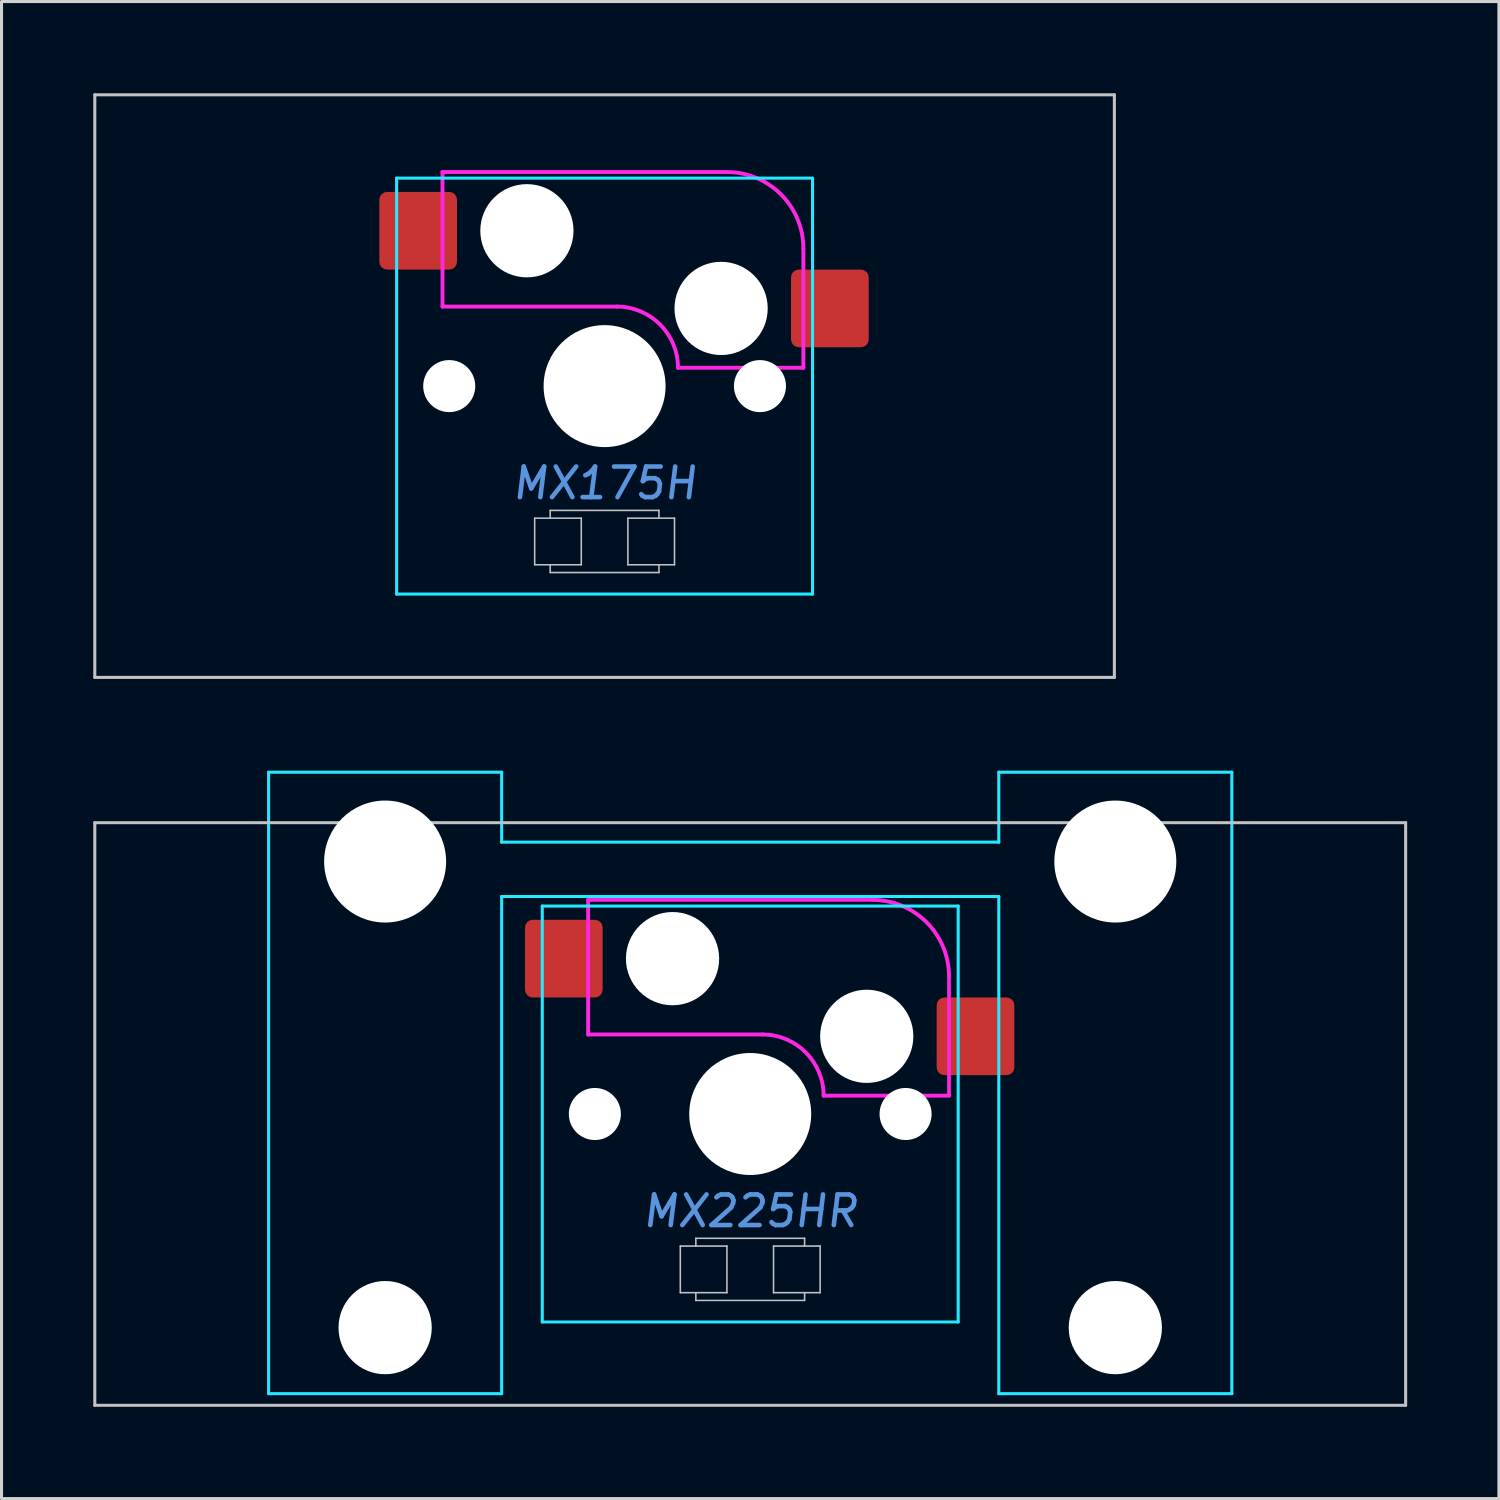
<source format=kicad_pcb>
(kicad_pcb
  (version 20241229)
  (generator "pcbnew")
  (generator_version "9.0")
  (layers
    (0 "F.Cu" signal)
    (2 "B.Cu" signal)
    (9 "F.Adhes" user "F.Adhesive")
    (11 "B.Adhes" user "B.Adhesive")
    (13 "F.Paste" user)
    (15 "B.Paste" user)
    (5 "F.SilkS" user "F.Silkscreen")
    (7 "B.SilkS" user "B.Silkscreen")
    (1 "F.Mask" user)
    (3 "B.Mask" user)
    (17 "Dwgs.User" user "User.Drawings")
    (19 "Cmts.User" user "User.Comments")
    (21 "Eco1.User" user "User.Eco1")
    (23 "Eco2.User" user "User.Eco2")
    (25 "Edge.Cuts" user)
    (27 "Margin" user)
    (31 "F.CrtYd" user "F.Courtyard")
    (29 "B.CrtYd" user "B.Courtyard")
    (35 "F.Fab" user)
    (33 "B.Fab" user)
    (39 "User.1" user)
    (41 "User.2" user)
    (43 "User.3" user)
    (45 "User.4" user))
  (footprint "MX225HR"
    (layer "F.Cu")
    (at 21.481 33.376)
    (property "Reference" "MX225HR" (at 0 3.175 0) (layer "Cmts.User") (effects (font (size 1 1) (thickness 0.15) (italic yes))))
    (attr smd)
    (fp_line (start -21.431 -9.525) (end -21.431 9.525) (stroke (width 0.1) (type solid)) (layer "Dwgs.User"))
    (fp_line (start -21.431 -9.525) (end 21.431 -9.525) (stroke (width 0.1) (type solid)) (layer "Dwgs.User"))
    (fp_line (start -21.431 9.525) (end 21.431 9.525) (stroke (width 0.1) (type solid)) (layer "Dwgs.User"))
    (fp_line (start -2.286 4.318) (end -0.762 4.318) (stroke (width 0.051) (type solid)) (layer "Dwgs.User"))
    (fp_line (start -2.286 5.842) (end -2.286 4.318) (stroke (width 0.051) (type solid)) (layer "Dwgs.User"))
    (fp_line (start -1.778 4.064) (end 1.778 4.064) (stroke (width 0.051) (type solid)) (layer "Dwgs.User"))
    (fp_line (start -1.778 4.318) (end -1.778 4.064) (stroke (width 0.051) (type solid)) (layer "Dwgs.User"))
    (fp_line (start -1.778 6.096) (end -1.778 5.842) (stroke (width 0.051) (type solid)) (layer "Dwgs.User"))
    (fp_line (start -0.762 4.318) (end -0.762 5.842) (stroke (width 0.051) (type solid)) (layer "Dwgs.User"))
    (fp_line (start -0.762 5.842) (end -2.286 5.842) (stroke (width 0.051) (type solid)) (layer "Dwgs.User"))
    (fp_line (start 0.762 4.318) (end 2.286 4.318) (stroke (width 0.051) (type solid)) (layer "Dwgs.User"))
    (fp_line (start 0.762 5.842) (end 0.762 4.318) (stroke (width 0.051) (type solid)) (layer "Dwgs.User"))
    (fp_line (start 1.778 4.064) (end 1.778 4.318) (stroke (width 0.051) (type solid)) (layer "Dwgs.User"))
    (fp_line (start 1.778 5.842) (end 1.778 6.096) (stroke (width 0.051) (type solid)) (layer "Dwgs.User"))
    (fp_line (start 1.778 6.096) (end -1.778 6.096) (stroke (width 0.051) (type solid)) (layer "Dwgs.User"))
    (fp_line (start 2.286 4.318) (end 2.286 5.842) (stroke (width 0.051) (type solid)) (layer "Dwgs.User"))
    (fp_line (start 2.286 5.842) (end 0.762 5.842) (stroke (width 0.051) (type solid)) (layer "Dwgs.User"))
    (fp_line (start 21.431 -9.525) (end 21.431 9.525) (stroke (width 0.1) (type solid)) (layer "Dwgs.User"))
    (fp_line (start -15.438 -8.515) (end -15.438 5.485) (stroke (width 0.1) (type solid)) (layer "Eco1.User"))
    (fp_line (start -14.938 -9.015) (end -8.938 -9.015) (stroke (width 0.1) (type solid)) (layer "Eco1.User"))
    (fp_line (start -8.938 5.985) (end -14.938 5.985) (stroke (width 0.1) (type solid)) (layer "Eco1.User"))
    (fp_line (start -8.438 5.485) (end -8.438 -8.515) (stroke (width 0.1) (type solid)) (layer "Eco1.User"))
    (fp_line (start -7 -6.5) (end -7 6.5) (stroke (width 0.1) (type solid)) (layer "Eco1.User"))
    (fp_line (start -6.5 7) (end 6.5 7) (stroke (width 0.1) (type solid)) (layer "Eco1.User"))
    (fp_line (start 6.5 -7) (end -6.5 -7) (stroke (width 0.1) (type solid)) (layer "Eco1.User"))
    (fp_line (start 7 6.5) (end 7 -6.5) (stroke (width 0.1) (type solid)) (layer "Eco1.User"))
    (fp_line (start 8.438 -8.515) (end 8.438 5.485) (stroke (width 0.1) (type solid)) (layer "Eco1.User"))
    (fp_line (start 8.938 -9.015) (end 14.938 -9.015) (stroke (width 0.1) (type solid)) (layer "Eco1.User"))
    (fp_line (start 14.938 5.985) (end 8.938 5.985) (stroke (width 0.1) (type solid)) (layer "Eco1.User"))
    (fp_line (start 15.438 5.485) (end 15.438 -8.515) (stroke (width 0.1) (type solid)) (layer "Eco1.User"))
    (fp_arc (start -15.438 -8.515) (mid -15.291553 -8.868553) (end -14.938 -9.015) (stroke (width 0.1) (type solid)) (layer "Eco1.User"))
    (fp_arc (start -14.938 5.985) (mid -15.291553 5.838553) (end -15.438 5.485) (stroke (width 0.1) (type solid)) (layer "Eco1.User"))
    (fp_arc (start -8.938 -9.015) (mid -8.584447 -8.868553) (end -8.438 -8.515) (stroke (width 0.1) (type solid)) (layer "Eco1.User"))
    (fp_arc (start -8.438 5.485) (mid -8.584447 5.838553) (end -8.938 5.985) (stroke (width 0.1) (type solid)) (layer "Eco1.User"))
    (fp_arc (start -7 -6.5) (mid -6.853553 -6.853553) (end -6.5 -7) (stroke (width 0.1) (type solid)) (layer "Eco1.User"))
    (fp_arc (start -6.5 7) (mid -6.853553 6.853553) (end -7 6.5) (stroke (width 0.1) (type solid)) (layer "Eco1.User"))
    (fp_arc (start 6.5 -7) (mid 6.853553 -6.853553) (end 7 -6.5) (stroke (width 0.1) (type solid)) (layer "Eco1.User"))
    (fp_arc (start 7 6.5) (mid 6.853553 6.853553) (end 6.5 7) (stroke (width 0.1) (type solid)) (layer "Eco1.User"))
    (fp_arc (start 8.438 -8.515) (mid 8.584447 -8.868553) (end 8.938 -9.015) (stroke (width 0.1) (type solid)) (layer "Eco1.User"))
    (fp_arc (start 8.938 5.985) (mid 8.584447 5.838553) (end 8.438 5.485) (stroke (width 0.1) (type solid)) (layer "Eco1.User"))
    (fp_arc (start 14.938 -9.015) (mid 15.291553 -8.868553) (end 15.438 -8.515) (stroke (width 0.1) (type solid)) (layer "Eco1.User"))
    (fp_arc (start 15.438 5.485) (mid 15.291553 5.838553) (end 14.938 5.985) (stroke (width 0.1) (type solid)) (layer "Eco1.User"))
    (fp_line (start -15.748 -11.176) (end -15.748 9.144) (stroke (width 0.1) (type solid)) (layer "B.CrtYd"))
    (fp_line (start -15.748 -11.176) (end -8.128 -11.176) (stroke (width 0.1) (type solid)) (layer "B.CrtYd"))
    (fp_line (start -8.128 -8.89) (end -8.128 -11.176) (stroke (width 0.1) (type solid)) (layer "B.CrtYd"))
    (fp_line (start -8.128 -7.112) (end -8.128 9.142) (stroke (width 0.1) (type solid)) (layer "B.CrtYd"))
    (fp_line (start -8.128 9.144) (end -15.748 9.144) (stroke (width 0.1) (type solid)) (layer "B.CrtYd"))
    (fp_line (start -6.8 -6.8) (end -6.8 6.8) (stroke (width 0.1) (type solid)) (layer "B.CrtYd"))
    (fp_line (start 6.8 -6.8) (end -6.8 -6.8) (stroke (width 0.1) (type solid)) (layer "B.CrtYd"))
    (fp_line (start 6.8 -6.8) (end 6.8 6.8) (stroke (width 0.1) (type solid)) (layer "B.CrtYd"))
    (fp_line (start 6.8 6.8) (end -6.8 6.8) (stroke (width 0.1) (type solid)) (layer "B.CrtYd"))
    (fp_line (start 8.128 -8.89) (end -8.128 -8.89) (stroke (width 0.1) (type solid)) (layer "B.CrtYd"))
    (fp_line (start 8.128 -8.89) (end 8.128 -11.176) (stroke (width 0.1) (type solid)) (layer "B.CrtYd"))
    (fp_line (start 8.128 -7.112) (end -8.128 -7.112) (stroke (width 0.1) (type solid)) (layer "B.CrtYd"))
    (fp_line (start 8.128 -7.112) (end 8.128 9.144) (stroke (width 0.1) (type solid)) (layer "B.CrtYd"))
    (fp_line (start 8.128 9.144) (end 15.748 9.144) (stroke (width 0.1) (type solid)) (layer "B.CrtYd"))
    (fp_line (start 15.748 -11.176) (end 8.128 -11.176) (stroke (width 0.1) (type solid)) (layer "B.CrtYd"))
    (fp_line (start 15.748 9.144) (end 15.748 -11.176) (stroke (width 0.1) (type solid)) (layer "B.CrtYd"))
    (fp_line (start -5.3 -7) (end -5.3 -2.6) (stroke (width 0.127) (type solid)) (layer "F.CrtYd"))
    (fp_line (start -5.2 -7) (end -5.3 -7) (stroke (width 0.12) (type solid)) (layer "F.CrtYd"))
    (fp_line (start 0.4 -2.6) (end -5.3 -2.6) (stroke (width 0.127) (type solid)) (layer "F.CrtYd"))
    (fp_line (start 4 -7) (end -5.2 -7) (stroke (width 0.12) (type solid)) (layer "F.CrtYd"))
    (fp_line (start 6.5 -4.5) (end 6.5 -0.6) (stroke (width 0.12) (type solid)) (layer "F.CrtYd"))
    (fp_line (start 6.5 -0.6) (end 2.4 -0.6) (stroke (width 0.127) (type solid)) (layer "F.CrtYd"))
    (fp_arc (start 0.4 -2.6) (mid 1.814214 -2.014214) (end 2.4 -0.6) (stroke (width 0.127) (type solid)) (layer "F.CrtYd"))
    (fp_arc (start 4 -7) (mid 5.767767 -6.267767) (end 6.5 -4.5) (stroke (width 0.127) (type solid)) (layer "F.CrtYd"))
    (pad "" np_thru_hole circle (at -11.938 -8.255 180) (size 3.988 3.988) (drill 3.988) (layers "*.Cu" "*.Mask"))
    (pad "" np_thru_hole circle (at -11.938 6.985 180) (size 3.048 3.048) (drill 3.048) (layers "*.Cu" "*.Mask"))
    (pad "" np_thru_hole circle (at -5.08 0) (size 1.702 1.702) (drill 1.702) (layers "*.Cu" "*.Mask"))
    (pad "" np_thru_hole circle (at -2.54 -5.08) (size 3.048 3.048) (drill 3.048) (layers "*.Cu" "*.Mask"))
    (pad "" np_thru_hole circle (at 0 0) (size 3.988 3.988) (drill 3.988) (layers "*.Cu" "*.Mask"))
    (pad "" np_thru_hole circle (at 3.81 -2.54) (size 3.048 3.048) (drill 3.048) (layers "*.Cu" "*.Mask"))
    (pad "" np_thru_hole circle (at 5.08 0) (size 1.702 1.702) (drill 1.702) (layers "*.Cu" "*.Mask"))
    (pad "" np_thru_hole circle (at 11.938 -8.255 180) (size 3.988 3.988) (drill 3.988) (layers "*.Cu" "*.Mask"))
    (pad "" np_thru_hole circle (at 11.938 6.985 180) (size 3.048 3.048) (drill 3.048) (layers "*.Cu" "*.Mask"))
    (pad "1" smd roundrect (at -6.096 -5.08) (size 2.54 2.54) (layers "F.Cu" "F.Mask") (roundrect_rratio 0.1))
    (pad "2" smd roundrect (at 7.366 -2.54) (size 2.54 2.54) (layers "F.Cu" "F.Mask") (roundrect_rratio 0.1)))
  (footprint "MX175H"
    (layer "F.Cu")
    (at 16.719 9.575)
    (property "Reference" "MX175H" (at 0 3.175 0) (layer "Cmts.User") (effects (font (size 1 1) (thickness 0.15) (italic yes))))
    (attr smd)
    (fp_line (start -16.669 -9.525) (end -16.669 9.525) (stroke (width 0.1) (type solid)) (layer "Dwgs.User"))
    (fp_line (start -16.669 -9.525) (end 16.669 -9.525) (stroke (width 0.1) (type solid)) (layer "Dwgs.User"))
    (fp_line (start -16.669 9.525) (end 16.669 9.525) (stroke (width 0.1) (type solid)) (layer "Dwgs.User"))
    (fp_line (start -2.286 4.318) (end -2.286 5.842) (stroke (width 0.051) (type solid)) (layer "Dwgs.User"))
    (fp_line (start -2.286 5.842) (end -0.762 5.842) (stroke (width 0.051) (type solid)) (layer "Dwgs.User"))
    (fp_line (start -1.778 4.064) (end -1.778 4.318) (stroke (width 0.051) (type solid)) (layer "Dwgs.User"))
    (fp_line (start -1.778 6.096) (end -1.778 5.842) (stroke (width 0.051) (type solid)) (layer "Dwgs.User"))
    (fp_line (start -1.778 6.096) (end 1.778 6.096) (stroke (width 0.051) (type solid)) (layer "Dwgs.User"))
    (fp_line (start -0.762 4.318) (end -2.286 4.318) (stroke (width 0.051) (type solid)) (layer "Dwgs.User"))
    (fp_line (start -0.762 5.842) (end -0.762 4.318) (stroke (width 0.051) (type solid)) (layer "Dwgs.User"))
    (fp_line (start 0.762 4.318) (end 2.286 4.318) (stroke (width 0.051) (type solid)) (layer "Dwgs.User"))
    (fp_line (start 0.762 5.842) (end 0.762 4.318) (stroke (width 0.051) (type solid)) (layer "Dwgs.User"))
    (fp_line (start 1.778 4.064) (end -1.778 4.064) (stroke (width 0.051) (type solid)) (layer "Dwgs.User"))
    (fp_line (start 1.778 4.318) (end 1.778 4.064) (stroke (width 0.051) (type solid)) (layer "Dwgs.User"))
    (fp_line (start 1.778 6.096) (end 1.778 5.842) (stroke (width 0.051) (type solid)) (layer "Dwgs.User"))
    (fp_line (start 2.286 4.318) (end 2.286 5.842) (stroke (width 0.051) (type solid)) (layer "Dwgs.User"))
    (fp_line (start 2.286 5.842) (end 0.762 5.842) (stroke (width 0.051) (type solid)) (layer "Dwgs.User"))
    (fp_line (start 16.669 9.525) (end 16.669 -9.525) (stroke (width 0.1) (type solid)) (layer "Dwgs.User"))
    (fp_line (start -7 6.5) (end -7 -6.5) (stroke (width 0.1) (type solid)) (layer "Eco1.User"))
    (fp_line (start -6.5 -7) (end 6.5 -7) (stroke (width 0.1) (type solid)) (layer "Eco1.User"))
    (fp_line (start 6.5 7) (end -6.5 7) (stroke (width 0.1) (type solid)) (layer "Eco1.User"))
    (fp_line (start 7 -6.5) (end 7 6.5) (stroke (width 0.1) (type solid)) (layer "Eco1.User"))
    (fp_arc (start -7 -6.5) (mid -6.853553 -6.853553) (end -6.5 -7) (stroke (width 0.1) (type solid)) (layer "Eco1.User"))
    (fp_arc (start -6.5 7) (mid -6.853553 6.853553) (end -7 6.5) (stroke (width 0.1) (type solid)) (layer "Eco1.User"))
    (fp_arc (start 6.5 -7) (mid 6.853553 -6.853553) (end 7 -6.5) (stroke (width 0.1) (type solid)) (layer "Eco1.User"))
    (fp_arc (start 7 6.5) (mid 6.853553 6.853553) (end 6.5 7) (stroke (width 0.1) (type solid)) (layer "Eco1.User"))
    (fp_line (start -6.8 -6.8) (end -6.8 6.8) (stroke (width 0.1) (type solid)) (layer "B.CrtYd"))
    (fp_line (start -6.8 -6.8) (end 6.8 -6.8) (stroke (width 0.1) (type solid)) (layer "B.CrtYd"))
    (fp_line (start 6.8 6.8) (end -6.8 6.8) (stroke (width 0.1) (type solid)) (layer "B.CrtYd"))
    (fp_line (start 6.8 6.8) (end 6.8 -6.8) (stroke (width 0.1) (type solid)) (layer "B.CrtYd"))
    (fp_line (start -5.3 -7) (end -5.3 -2.6) (stroke (width 0.127) (type solid)) (layer "F.CrtYd"))
    (fp_line (start -5.3 -7) (end 4 -7) (stroke (width 0.127) (type solid)) (layer "F.CrtYd"))
    (fp_line (start 0.4 -2.6) (end -5.3 -2.6) (stroke (width 0.127) (type solid)) (layer "F.CrtYd"))
    (fp_line (start 6.5 -4.5) (end 6.5 -0.6) (stroke (width 0.127) (type solid)) (layer "F.CrtYd"))
    (fp_line (start 6.5 -0.6) (end 2.4 -0.6) (stroke (width 0.127) (type solid)) (layer "F.CrtYd"))
    (fp_arc (start 0.4 -2.6) (mid 1.814214 -2.014214) (end 2.4 -0.6) (stroke (width 0.127) (type solid)) (layer "F.CrtYd"))
    (fp_arc (start 4 -7) (mid 5.767767 -6.267767) (end 6.5 -4.5) (stroke (width 0.127) (type solid)) (layer "F.CrtYd"))
    (pad "" np_thru_hole circle (at -5.08 0) (size 1.702 1.702) (drill 1.702) (layers "*.Cu" "*.Mask"))
    (pad "" np_thru_hole circle (at -2.54 -5.08) (size 3.048 3.048) (drill 3.048) (layers "*.Cu" "*.Mask"))
    (pad "" np_thru_hole circle (at 0 0) (size 3.988 3.988) (drill 3.988) (layers "*.Cu" "*.Mask"))
    (pad "" np_thru_hole circle (at 3.81 -2.54 90) (size 3.048 3.048) (drill 3.048) (layers "*.Cu" "*.Mask"))
    (pad "" np_thru_hole circle (at 5.08 0) (size 1.702 1.702) (drill 1.702) (layers "*.Cu" "*.Mask"))
    (pad "1" smd roundrect (at -6.096 -5.08) (size 2.54 2.54) (layers "F.Cu" "F.Mask") (roundrect_rratio 0.1))
    (pad "2" smd roundrect (at 7.366 -2.54) (size 2.54 2.54) (layers "F.Cu" "F.Mask") (roundrect_rratio 0.1)))
  (gr_rect
    (start -3 -3)
    (end 45.962 45.951)
    (stroke (width 0.1) (type default))
    (fill no)
    (layer "Edge.Cuts")))
</source>
